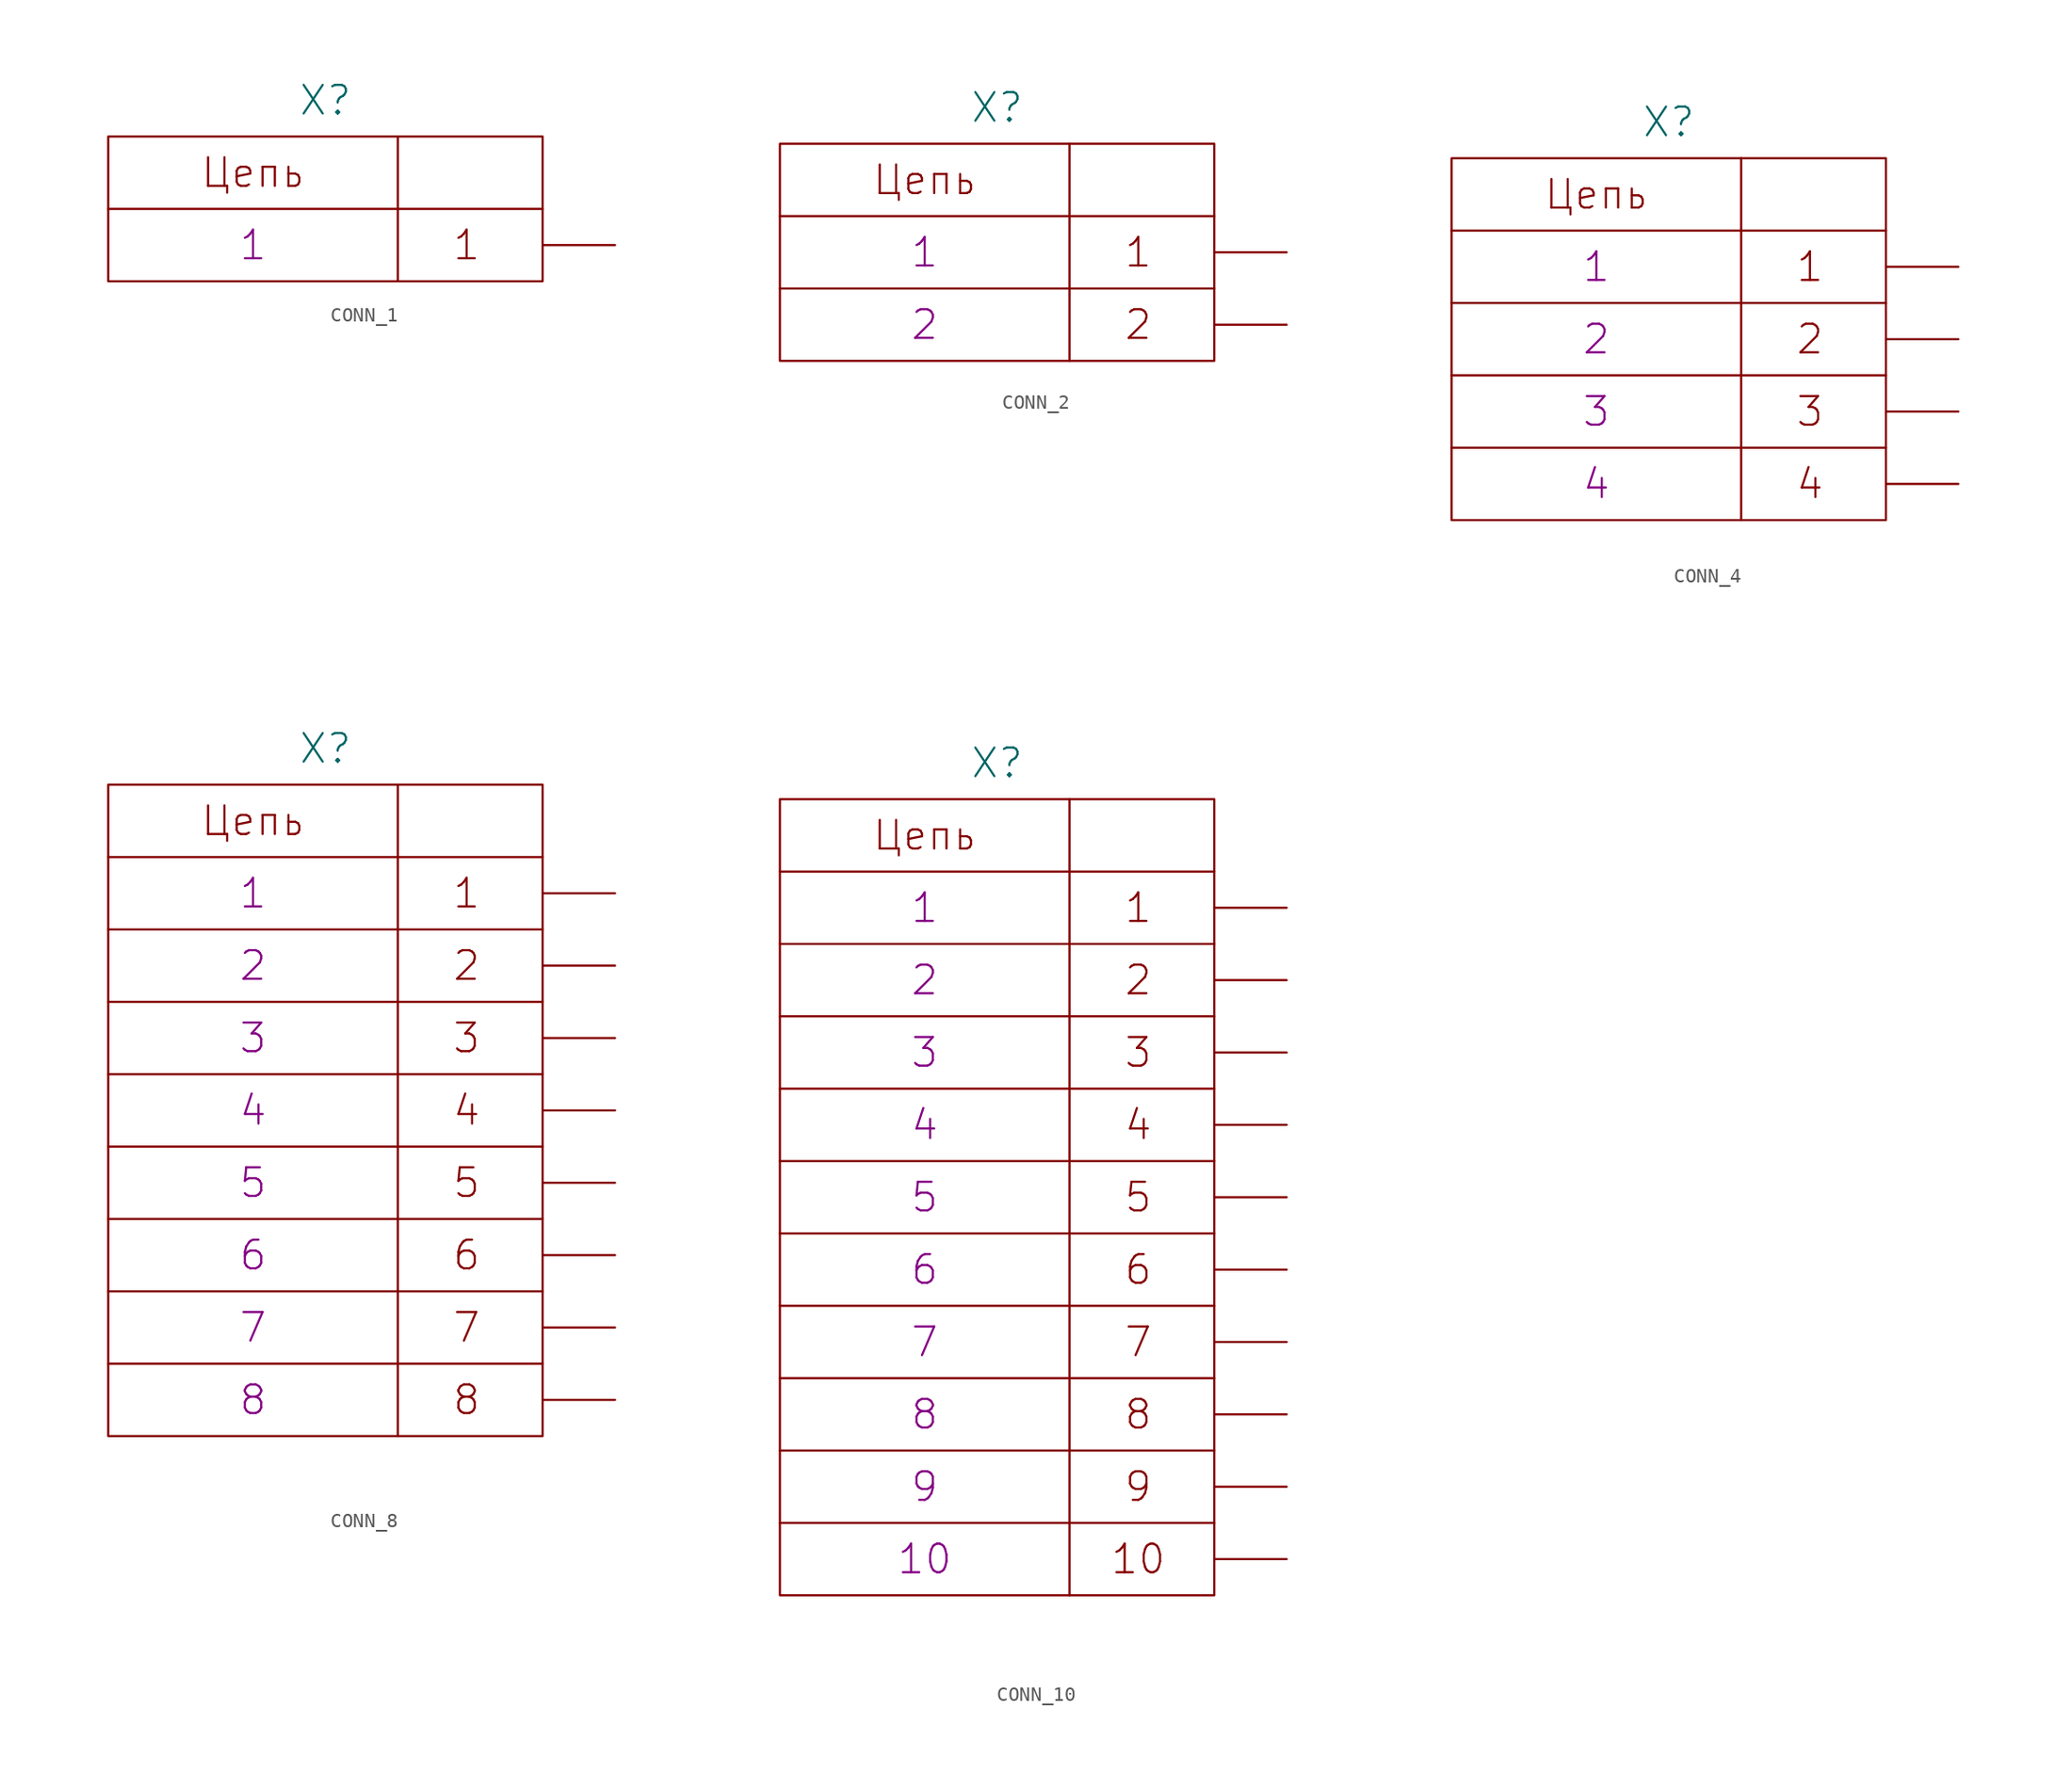
<source format=kicad_sym>
(kicad_symbol_lib
  (version 20231120)
  (generator "kicad_symbol_editor")
  (generator_version "8.0")
  (symbol "CONN_1"
    (pin_numbers hide)
    (pin_names
      (offset 0) hide)
    (property "Reference" "X"
      (at 0 7.62 0)
      (effects (font (size 2.007 2.007))))
    (property "PIN1" "1"
      (at -5.08 -2.54 0)
      (effects (font (size 2.007 2.007))))
    (symbol "CONN_1_0_0"
      (polyline (pts (xy -15.24 0) (xy 15.24 0)) (stroke (width 0) (type solid)) (fill (type none)))
      (polyline (pts (xy 5.08 5.08) (xy 5.08 -5.08)) (stroke (width 0) (type solid)) (fill (type none)))
      (rectangle (start 15.24 5.08) (end -15.24 -5.08) (stroke (width 0) (type solid)) (fill (type none))))
    (symbol "CONN_1_1_1"
      (text "1" (at 9.906 -2.54 0) (effects (font (size 2.007 2.007))))
      (text "Цепь" (at -5.08 2.54 0) (effects (font (size 2.007 2.007))))
      (pin passive line (at 20.32 -2.54 180) (length 5.08) (name "1" (effects (font (size 2.007 2.007)))) (number "1" (effects (font (size 2.007 2.007)))))))
  (symbol "CONN_2"
    (pin_numbers hide)
    (pin_names
      (offset 0) hide)
    (property "Reference" "X"
      (at 0 10.16 0)
      (effects (font (size 2.007 2.007))))
    (property "PIN1" "1"
      (at -5.08 0 0)
      (effects (font (size 2.007 2.007))))
    (property "PIN2" "2"
      (at -5.08 -5.08 0)
      (effects (font (size 2.007 2.007))))
    (symbol "CONN_2_0_0"
      (polyline (pts (xy -15.24 -2.54) (xy 15.24 -2.54)) (stroke (width 0) (type solid)) (fill (type none)))
      (polyline (pts (xy -15.24 2.54) (xy 15.24 2.54)) (stroke (width 0) (type solid)) (fill (type none)))
      (polyline (pts (xy 5.08 7.62) (xy 5.08 -7.62)) (stroke (width 0) (type solid)) (fill (type none)))
      (rectangle (start 15.24 7.62) (end -15.24 -7.62) (stroke (width 0) (type solid)) (fill (type none))))
    (symbol "CONN_2_1_1"
      (text "1" (at 9.906 0 0) (effects (font (size 2.007 2.007))))
      (text "2" (at 9.906 -5.08 0) (effects (font (size 2.007 2.007))))
      (text "Цепь" (at -5.08 5.08 0) (effects (font (size 2.007 2.007))))
      (pin passive line (at 20.32 0 180) (length 5.08) (name "1" (effects (font (size 2.007 2.007)))) (number "1" (effects (font (size 2.007 2.007)))))
      (pin passive line (at 20.32 -5.08 180) (length 5.08) (name "2" (effects (font (size 2.007 2.007)))) (number "2" (effects (font (size 2.007 2.007)))))))
  (symbol "CONN_4"
    (pin_numbers hide)
    (pin_names
      (offset 0) hide)
    (property "Reference" "X"
      (at 0 15.24 0)
      (effects (font (size 2.007 2.007))))
    (property "PIN1" "1"
      (at -5.08 5.08 0)
      (effects (font (size 2.007 2.007))))
    (property "PIN2" "2"
      (at -5.08 0 0)
      (effects (font (size 2.007 2.007))))
    (property "PIN3" "3"
      (at -5.08 -5.08 0)
      (effects (font (size 2.007 2.007))))
    (property "PIN4" "4"
      (at -5.08 -10.16 0)
      (effects (font (size 2.007 2.007))))
    (symbol "CONN_4_0_0"
      (polyline (pts (xy -15.24 -7.62) (xy 15.24 -7.62)) (stroke (width 0) (type solid)) (fill (type none)))
      (polyline (pts (xy -15.24 -2.54) (xy 15.24 -2.54)) (stroke (width 0) (type solid)) (fill (type none)))
      (polyline (pts (xy -15.24 2.54) (xy 15.24 2.54)) (stroke (width 0) (type solid)) (fill (type none)))
      (polyline (pts (xy -15.24 7.62) (xy 15.24 7.62)) (stroke (width 0) (type solid)) (fill (type none)))
      (polyline (pts (xy 5.08 12.7) (xy 5.08 -12.7)) (stroke (width 0) (type solid)) (fill (type none)))
      (rectangle (start 15.24 12.7) (end -15.24 -12.7) (stroke (width 0) (type solid)) (fill (type none))))
    (symbol "CONN_4_1_1"
      (text "1" (at 9.906 5.08 0) (effects (font (size 2.007 2.007))))
      (text "2" (at 9.906 0 0) (effects (font (size 2.007 2.007))))
      (text "3" (at 9.906 -5.08 0) (effects (font (size 2.007 2.007))))
      (text "4" (at 9.906 -10.16 0) (effects (font (size 2.007 2.007))))
      (text "Цепь" (at -5.08 10.16 0) (effects (font (size 2.007 2.007))))
      (pin passive line (at 20.32 5.08 180) (length 5.08) (name "1" (effects (font (size 2.007 2.007)))) (number "1" (effects (font (size 2.007 2.007)))))
      (pin passive line (at 20.32 0 180) (length 5.08) (name "2" (effects (font (size 2.007 2.007)))) (number "2" (effects (font (size 2.007 2.007)))))
      (pin passive line (at 20.32 -5.08 180) (length 5.08) (name "3" (effects (font (size 2.007 2.007)))) (number "3" (effects (font (size 2.007 2.007)))))
      (pin passive line (at 20.32 -10.16 180) (length 5.08) (name "4" (effects (font (size 2.007 2.007)))) (number "4" (effects (font (size 2.007 2.007)))))))
  (symbol "CONN_8"
    (pin_numbers hide)
    (pin_names
      (offset 0) hide)
    (property "Reference" "X"
      (at 0 25.4 0)
      (effects (font (size 2.007 2.007))))
    (property "PIN1" "1"
      (at -5.08 15.24 0)
      (effects (font (size 2.007 2.007))))
    (property "PIN2" "2"
      (at -5.08 10.16 0)
      (effects (font (size 2.007 2.007))))
    (property "PIN3" "3"
      (at -5.08 5.08 0)
      (effects (font (size 2.007 2.007))))
    (property "PIN4" "4"
      (at -5.08 0 0)
      (effects (font (size 2.007 2.007))))
    (property "PIN5" "5"
      (at -5.08 -5.08 0)
      (effects (font (size 2.007 2.007))))
    (property "PIN6" "6"
      (at -5.08 -10.16 0)
      (effects (font (size 2.007 2.007))))
    (property "PIN7" "7"
      (at -5.08 -15.24 0)
      (effects (font (size 2.007 2.007))))
    (property "PIN8" "8"
      (at -5.08 -20.32 0)
      (effects (font (size 2.007 2.007))))
    (symbol "CONN_8_0_0"
      (polyline (pts (xy -15.24 -17.78) (xy 15.24 -17.78)) (stroke (width 0) (type solid)) (fill (type none)))
      (polyline (pts (xy -15.24 -12.7) (xy 15.24 -12.7)) (stroke (width 0) (type solid)) (fill (type none)))
      (polyline (pts (xy -15.24 -7.62) (xy 15.24 -7.62)) (stroke (width 0) (type solid)) (fill (type none)))
      (polyline (pts (xy -15.24 -2.54) (xy 15.24 -2.54)) (stroke (width 0) (type solid)) (fill (type none)))
      (polyline (pts (xy -15.24 2.54) (xy 15.24 2.54)) (stroke (width 0) (type solid)) (fill (type none)))
      (polyline (pts (xy -15.24 7.62) (xy 15.24 7.62)) (stroke (width 0) (type solid)) (fill (type none)))
      (polyline (pts (xy -15.24 12.7) (xy 15.24 12.7)) (stroke (width 0) (type solid)) (fill (type none)))
      (polyline (pts (xy -15.24 17.78) (xy 15.24 17.78)) (stroke (width 0) (type solid)) (fill (type none)))
      (polyline (pts (xy 5.08 22.86) (xy 5.08 -22.86)) (stroke (width 0) (type solid)) (fill (type none)))
      (rectangle (start 15.24 22.86) (end -15.24 -22.86) (stroke (width 0) (type solid)) (fill (type none))))
    (symbol "CONN_8_1_1"
      (text "1" (at 9.906 15.24 0) (effects (font (size 2.007 2.007))))
      (text "2" (at 9.906 10.16 0) (effects (font (size 2.007 2.007))))
      (text "3" (at 9.906 5.08 0) (effects (font (size 2.007 2.007))))
      (text "4" (at 9.906 0 0) (effects (font (size 2.007 2.007))))
      (text "5" (at 9.906 -5.08 0) (effects (font (size 2.007 2.007))))
      (text "6" (at 9.906 -10.16 0) (effects (font (size 2.007 2.007))))
      (text "7" (at 9.906 -15.24 0) (effects (font (size 2.007 2.007))))
      (text "8" (at 9.906 -20.32 0) (effects (font (size 2.007 2.007))))
      (text "Цепь" (at -5.08 20.32 0) (effects (font (size 2.007 2.007))))
      (pin passive line (at 20.32 15.24 180) (length 5.08) (name "1" (effects (font (size 2.007 2.007)))) (number "1" (effects (font (size 2.007 2.007)))))
      (pin passive line (at 20.32 10.16 180) (length 5.08) (name "2" (effects (font (size 2.007 2.007)))) (number "2" (effects (font (size 2.007 2.007)))))
      (pin passive line (at 20.32 5.08 180) (length 5.08) (name "3" (effects (font (size 2.007 2.007)))) (number "3" (effects (font (size 2.007 2.007)))))
      (pin passive line (at 20.32 0 180) (length 5.08) (name "4" (effects (font (size 2.007 2.007)))) (number "4" (effects (font (size 2.007 2.007)))))
      (pin passive line (at 20.32 -5.08 180) (length 5.08) (name "5" (effects (font (size 2.007 2.007)))) (number "5" (effects (font (size 2.007 2.007)))))
      (pin passive line (at 20.32 -10.16 180) (length 5.08) (name "6" (effects (font (size 2.007 2.007)))) (number "6" (effects (font (size 2.007 2.007)))))
      (pin passive line (at 20.32 -15.24 180) (length 5.08) (name "7" (effects (font (size 2.007 2.007)))) (number "7" (effects (font (size 2.007 2.007)))))
      (pin passive line (at 20.32 -20.32 180) (length 5.08) (name "8" (effects (font (size 2.007 2.007)))) (number "8" (effects (font (size 2.007 2.007)))))))
  (symbol "CONN_10"
    (pin_numbers hide)
    (pin_names
      (offset 0) hide)
    (property "Reference" "X"
      (at 0 30.48 0)
      (effects (font (size 2.007 2.007))))
    (property "PIN1" "1"
      (at -5.08 20.32 0)
      (effects (font (size 2.007 2.007))))
    (property "PIN2" "2"
      (at -5.08 15.24 0)
      (effects (font (size 2.007 2.007))))
    (property "PIN3" "3"
      (at -5.08 10.16 0)
      (effects (font (size 2.007 2.007))))
    (property "PIN4" "4"
      (at -5.08 5.08 0)
      (effects (font (size 2.007 2.007))))
    (property "PIN5" "5"
      (at -5.08 0 0)
      (effects (font (size 2.007 2.007))))
    (property "PIN6" "6"
      (at -5.08 -5.08 0)
      (effects (font (size 2.007 2.007))))
    (property "PIN7" "7"
      (at -5.08 -10.16 0)
      (effects (font (size 2.007 2.007))))
    (property "PIN8" "8"
      (at -5.08 -15.24 0)
      (effects (font (size 2.007 2.007))))
    (property "PIN9" "9"
      (at -5.08 -20.32 0)
      (effects (font (size 2.007 2.007))))
    (property "PIN10" "10"
      (at -5.08 -25.4 0)
      (effects (font (size 2.007 2.007))))
    (symbol "CONN_10_0_0"
      (polyline (pts (xy -15.24 -22.86) (xy 15.24 -22.86)) (stroke (width 0) (type solid)) (fill (type none)))
      (polyline (pts (xy -15.24 -17.78) (xy 15.24 -17.78)) (stroke (width 0) (type solid)) (fill (type none)))
      (polyline (pts (xy -15.24 -12.7) (xy 15.24 -12.7)) (stroke (width 0) (type solid)) (fill (type none)))
      (polyline (pts (xy -15.24 -7.62) (xy 15.24 -7.62)) (stroke (width 0) (type solid)) (fill (type none)))
      (polyline (pts (xy -15.24 -2.54) (xy 15.24 -2.54)) (stroke (width 0) (type solid)) (fill (type none)))
      (polyline (pts (xy -15.24 2.54) (xy 15.24 2.54)) (stroke (width 0) (type solid)) (fill (type none)))
      (polyline (pts (xy -15.24 7.62) (xy 15.24 7.62)) (stroke (width 0) (type solid)) (fill (type none)))
      (polyline (pts (xy -15.24 12.7) (xy 15.24 12.7)) (stroke (width 0) (type solid)) (fill (type none)))
      (polyline (pts (xy -15.24 17.78) (xy 15.24 17.78)) (stroke (width 0) (type solid)) (fill (type none)))
      (polyline (pts (xy -15.24 22.86) (xy 15.24 22.86)) (stroke (width 0) (type solid)) (fill (type none)))
      (polyline (pts (xy 5.08 27.94) (xy 5.08 -27.94)) (stroke (width 0) (type solid)) (fill (type none)))
      (rectangle (start 15.24 27.94) (end -15.24 -27.94) (stroke (width 0) (type solid)) (fill (type none))))
    (symbol "CONN_10_1_1"
      (text "1" (at 9.906 20.32 0) (effects (font (size 2.007 2.007))))
      (text "10" (at 9.906 -25.4 0) (effects (font (size 2.007 2.007))))
      (text "2" (at 9.906 15.24 0) (effects (font (size 2.007 2.007))))
      (text "3" (at 9.906 10.16 0) (effects (font (size 2.007 2.007))))
      (text "4" (at 9.906 5.08 0) (effects (font (size 2.007 2.007))))
      (text "5" (at 9.906 0 0) (effects (font (size 2.007 2.007))))
      (text "6" (at 9.906 -5.08 0) (effects (font (size 2.007 2.007))))
      (text "7" (at 9.906 -10.16 0) (effects (font (size 2.007 2.007))))
      (text "8" (at 9.906 -15.24 0) (effects (font (size 2.007 2.007))))
      (text "9" (at 9.906 -20.32 0) (effects (font (size 2.007 2.007))))
      (text "Цепь" (at -5.08 25.4 0) (effects (font (size 2.007 2.007))))
      (pin passive line (at 20.32 20.32 180) (length 5.08) (name "1" (effects (font (size 2.007 2.007)))) (number "1" (effects (font (size 2.007 2.007)))))
      (pin passive line (at 20.32 -25.4 180) (length 5.08) (name "10" (effects (font (size 2.007 2.007)))) (number "10" (effects (font (size 2.007 2.007)))))
      (pin passive line (at 20.32 15.24 180) (length 5.08) (name "2" (effects (font (size 2.007 2.007)))) (number "2" (effects (font (size 2.007 2.007)))))
      (pin passive line (at 20.32 10.16 180) (length 5.08) (name "3" (effects (font (size 2.007 2.007)))) (number "3" (effects (font (size 2.007 2.007)))))
      (pin passive line (at 20.32 5.08 180) (length 5.08) (name "4" (effects (font (size 2.007 2.007)))) (number "4" (effects (font (size 2.007 2.007)))))
      (pin passive line (at 20.32 0 180) (length 5.08) (name "5" (effects (font (size 2.007 2.007)))) (number "5" (effects (font (size 2.007 2.007)))))
      (pin passive line (at 20.32 -5.08 180) (length 5.08) (name "6" (effects (font (size 2.007 2.007)))) (number "6" (effects (font (size 2.007 2.007)))))
      (pin passive line (at 20.32 -10.16 180) (length 5.08) (name "7" (effects (font (size 2.007 2.007)))) (number "7" (effects (font (size 2.007 2.007)))))
      (pin passive line (at 20.32 -15.24 180) (length 5.08) (name "8" (effects (font (size 2.007 2.007)))) (number "8" (effects (font (size 2.007 2.007)))))
      (pin passive line (at 20.32 -20.32 180) (length 5.08) (name "9" (effects (font (size 2.007 2.007)))) (number "9" (effects (font (size 2.007 2.007))))))))
</source>
